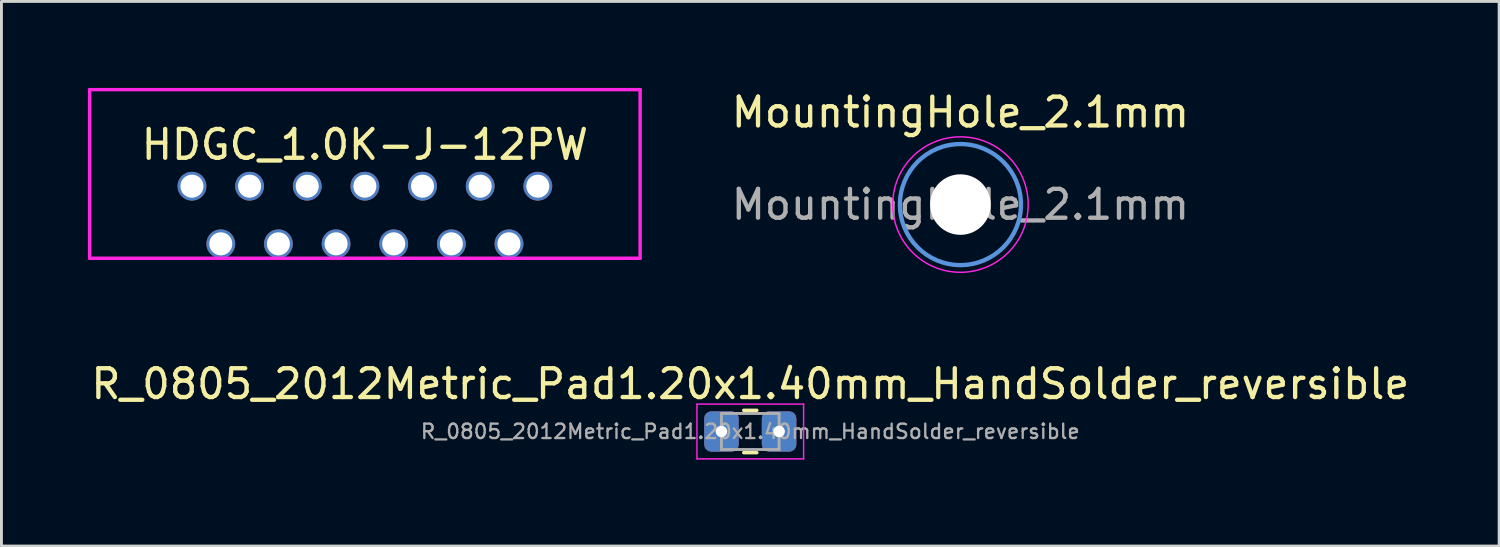
<source format=kicad_pcb>
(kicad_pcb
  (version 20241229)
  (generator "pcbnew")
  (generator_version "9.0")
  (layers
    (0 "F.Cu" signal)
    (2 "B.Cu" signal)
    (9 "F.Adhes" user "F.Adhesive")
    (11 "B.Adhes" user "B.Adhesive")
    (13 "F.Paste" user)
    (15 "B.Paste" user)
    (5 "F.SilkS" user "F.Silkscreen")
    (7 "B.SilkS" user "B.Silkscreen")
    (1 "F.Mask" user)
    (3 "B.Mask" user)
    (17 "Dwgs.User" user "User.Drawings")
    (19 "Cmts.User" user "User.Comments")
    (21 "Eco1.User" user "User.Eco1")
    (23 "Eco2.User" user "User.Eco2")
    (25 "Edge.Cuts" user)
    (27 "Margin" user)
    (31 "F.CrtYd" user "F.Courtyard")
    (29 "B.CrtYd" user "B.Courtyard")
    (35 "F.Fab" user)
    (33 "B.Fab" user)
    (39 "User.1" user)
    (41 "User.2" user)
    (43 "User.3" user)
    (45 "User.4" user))
  (footprint "MountingHole_2.1mm"
    (layer "F.Cu")
    (at 30.274 4.048)
    (property "Reference" "MountingHole_2.1mm" (at 0 -3.2 0) (layer "F.SilkS") (effects (font (size 1 1) (thickness 0.15))))
    (attr exclude_from_pos_files)
    (fp_circle (center 0 0) (end 2.1 0) (stroke (width 0.15) (type solid)) (fill no) (layer "Cmts.User"))
    (fp_circle (center 0 0) (end 2.35 0) (stroke (width 0.05) (type solid)) (fill no) (layer "F.CrtYd"))
    (fp_text user "${REFERENCE}" (at 0 0 0) (layer "F.Fab") (effects (font (size 1 1) (thickness 0.15))))
    (pad "" np_thru_hole circle (at 0 0) (size 2.1 2.1) (drill 2.1) (layers "*.Cu" "*.Mask")))
  (footprint "HDGC_1.0K-J-12PW"
    (layer "F.Cu")
    (at 9.61 5.41)
    (property "Reference" "HDGC_1.0K-J-12PW" (at 0 -3.441 0) (layer "F.SilkS") (effects (font (size 1 1) (thickness 0.15))))
    (attr smd)
    (fp_line (start -9.55 -5.35) (end -9.55 0.5) (stroke (width 0.12) (type solid)) (layer "F.CrtYd"))
    (fp_line (start -9.55 0.5) (end 9.55 0.5) (stroke (width 0.12) (type solid)) (layer "F.CrtYd"))
    (fp_line (start 9.55 -5.35) (end -9.55 -5.35) (stroke (width 0.12) (type solid)) (layer "F.CrtYd"))
    (fp_line (start 9.55 -5.35) (end 9.55 0.5) (stroke (width 0.12) (type solid)) (layer "F.CrtYd"))
    (pad "1" thru_hole circle (at -5 0 180) (size 1 1) (drill 0.8) (layers "*.Cu" "*.Mask"))
    (pad "2" thru_hole circle (at -4 -2 180) (size 1 1) (drill 0.8) (layers "*.Cu" "*.Mask"))
    (pad "3" thru_hole circle (at -3 0 180) (size 1 1) (drill 0.8) (layers "*.Cu" "*.Mask"))
    (pad "4" thru_hole circle (at -2 -2 180) (size 1 1) (drill 0.8) (layers "*.Cu" "*.Mask"))
    (pad "5" thru_hole circle (at -1 0 180) (size 1 1) (drill 0.8) (layers "*.Cu" "*.Mask"))
    (pad "6" thru_hole circle (at 0 -2 180) (size 1 1) (drill 0.8) (layers "*.Cu" "*.Mask"))
    (pad "7" thru_hole circle (at 1 0 180) (size 1 1) (drill 0.8) (layers "*.Cu" "*.Mask"))
    (pad "8" thru_hole circle (at 2 -2 180) (size 1 1) (drill 0.8) (layers "*.Cu" "*.Mask"))
    (pad "9" thru_hole circle (at 3 0 180) (size 1 1) (drill 0.8) (layers "*.Cu" "*.Mask"))
    (pad "10" thru_hole circle (at 4 -2 180) (size 1 1) (drill 0.8) (layers "*.Cu" "*.Mask"))
    (pad "11" thru_hole circle (at 5 0 180) (size 1 1) (drill 0.8) (layers "*.Cu" "*.Mask"))
    (pad "12" thru_hole circle (at -6 -2 180) (size 1 1) (drill 0.8) (layers "*.Cu" "*.Mask"))
    (pad "12" thru_hole circle (at 6 -2 180) (size 1 1) (drill 0.8) (layers "*.Cu" "*.Mask")))
  (footprint "R_0805_2012Metric_Pad1.20x1.40mm_HandSolder_reversible"
    (layer "F.Cu")
    (at 22.982 11.921)
    (property "Reference" "R_0805_2012Metric_Pad1.20x1.40mm_HandSolder_reversible" (at 0 -1.65 180) (layer "F.SilkS") (effects (font (size 1 1) (thickness 0.15))))
    (attr smd)
    (fp_line (start -0.227 -0.735) (end 0.227 -0.735) (stroke (width 0.12) (type solid)) (layer "F.SilkS"))
    (fp_line (start -0.227 0.735) (end 0.227 0.735) (stroke (width 0.12) (type solid)) (layer "F.SilkS"))
    (fp_line (start -1.85 -0.95) (end 1.85 -0.95) (stroke (width 0.05) (type solid)) (layer "F.CrtYd"))
    (fp_line (start -1.85 0.95) (end -1.85 -0.95) (stroke (width 0.05) (type solid)) (layer "F.CrtYd"))
    (fp_line (start 1.85 -0.95) (end 1.85 0.95) (stroke (width 0.05) (type solid)) (layer "F.CrtYd"))
    (fp_line (start 1.85 0.95) (end -1.85 0.95) (stroke (width 0.05) (type solid)) (layer "F.CrtYd"))
    (fp_line (start -1 -0.625) (end 1 -0.625) (stroke (width 0.1) (type solid)) (layer "F.Fab"))
    (fp_line (start -1 0.625) (end -1 -0.625) (stroke (width 0.1) (type solid)) (layer "F.Fab"))
    (fp_line (start 1 -0.625) (end 1 0.625) (stroke (width 0.1) (type solid)) (layer "F.Fab"))
    (fp_line (start 1 0.625) (end -1 0.625) (stroke (width 0.1) (type solid)) (layer "F.Fab"))
    (fp_text user "${REFERENCE}" (at 0 0 180) (layer "F.Fab") (effects (font (size 0.5 0.5) (thickness 0.08))))
    (pad "1" thru_hole circle (at -1 0) (size 0.8 0.8) (drill 0.4) (layers "*.Cu" "*.Mask"))
    (pad "1" smd roundrect (at -1 0) (size 1.2 1.4) (layers "F.Cu" "F.Mask" "F.Paste") (roundrect_rratio 0.208))
    (pad "1" smd roundrect (at -1 0) (size 1.2 1.4) (layers "B.Cu" "B.Mask" "B.Paste") (roundrect_rratio 0.208))
    (pad "2" thru_hole circle (at 1 0) (size 0.8 0.8) (drill 0.4) (layers "*.Cu" "*.Mask"))
    (pad "2" smd roundrect (at 1 0) (size 1.2 1.4) (layers "F.Cu" "F.Mask" "F.Paste") (roundrect_rratio 0.208))
    (pad "2" smd roundrect (at 1 0) (size 1.2 1.4) (layers "B.Cu" "B.Mask" "B.Paste") (roundrect_rratio 0.208)))
  (gr_rect
    (start -3 -3)
    (end 48.964 15.896)
    (stroke (width 0.1) (type default))
    (fill no)
    (layer "Edge.Cuts")))
</source>
